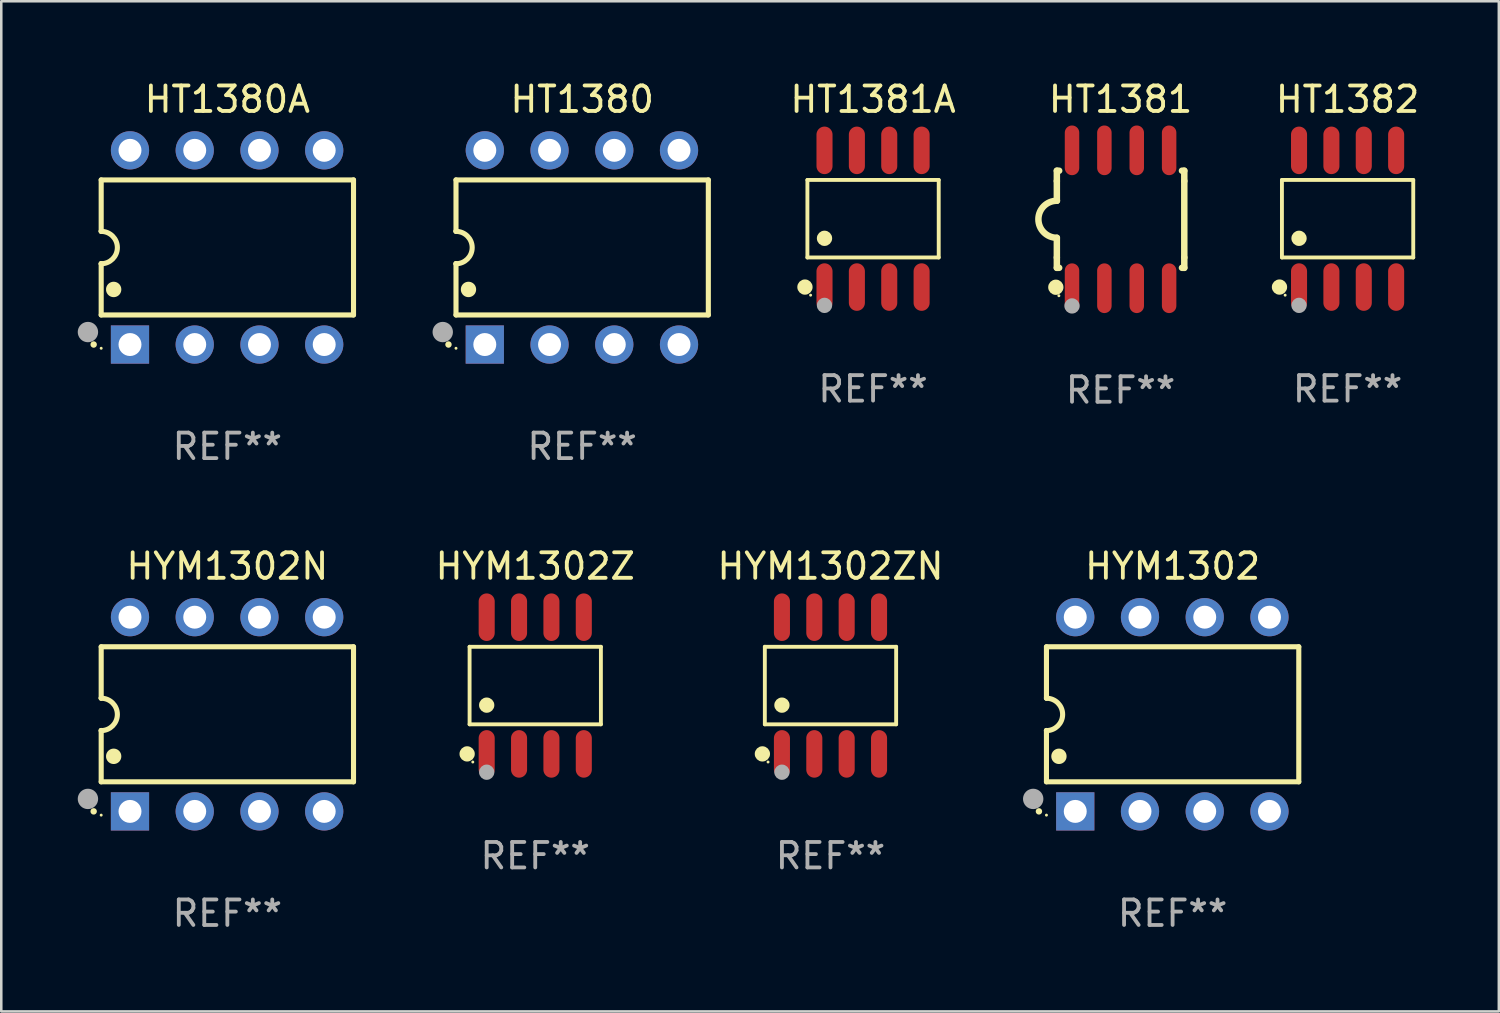
<source format=kicad_pcb>
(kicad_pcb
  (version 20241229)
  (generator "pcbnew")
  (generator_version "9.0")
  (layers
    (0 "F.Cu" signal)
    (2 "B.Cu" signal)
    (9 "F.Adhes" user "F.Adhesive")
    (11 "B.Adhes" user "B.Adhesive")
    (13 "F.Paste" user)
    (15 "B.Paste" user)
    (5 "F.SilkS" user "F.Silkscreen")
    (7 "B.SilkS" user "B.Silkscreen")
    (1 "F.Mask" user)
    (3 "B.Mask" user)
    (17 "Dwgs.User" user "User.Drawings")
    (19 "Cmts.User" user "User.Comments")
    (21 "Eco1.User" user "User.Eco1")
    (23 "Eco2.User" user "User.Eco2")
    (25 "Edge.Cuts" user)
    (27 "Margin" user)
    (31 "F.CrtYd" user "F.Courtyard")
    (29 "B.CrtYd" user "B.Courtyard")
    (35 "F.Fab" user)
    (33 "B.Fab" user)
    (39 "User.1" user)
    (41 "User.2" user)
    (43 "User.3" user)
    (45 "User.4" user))
  (footprint "HYM1302Z"
    (layer "F.Cu")
    (at 17.95 23.847)
    (property "Reference" "HYM1302Z" (at 0 -4.682 0) (layer "F.SilkS") (effects (font (size 1 1) (thickness 0.15))))
    (attr through_hole)
    (fp_line (start -2.576 -1.521) (end 2.576 -1.521) (stroke (width 0.152) (type solid)) (layer "F.SilkS"))
    (fp_line (start -2.576 1.521) (end -2.576 -1.521) (stroke (width 0.152) (type solid)) (layer "F.SilkS"))
    (fp_line (start 2.576 -1.521) (end 2.576 1.521) (stroke (width 0.152) (type solid)) (layer "F.SilkS"))
    (fp_line (start 2.576 1.521) (end -2.576 1.521) (stroke (width 0.152) (type solid)) (layer "F.SilkS"))
    (fp_circle (center -2.672 2.682) (end -2.522 2.682) (stroke (width 0.3) (type solid)) (fill no) (layer "F.SilkS"))
    (fp_circle (center -2.45 3) (end -2.42 3) (stroke (width 0.06) (type solid)) (fill no) (layer "F.SilkS"))
    (fp_circle (center -1.905 0.769) (end -1.755 0.769) (stroke (width 0.3) (type solid)) (fill no) (layer "F.SilkS"))
    (fp_circle (center -1.905 3.4) (end -1.755 3.4) (stroke (width 0.3) (type solid)) (fill no) (layer "F.Fab"))
    (fp_text user "REF**" (at 0 6.682 0) (layer "F.Fab") (effects (font (size 1 1) (thickness 0.15))))
    (pad "1" smd oval (at -1.905 2.682) (size 0.63 1.865) (layers "F.Cu" "F.Mask" "F.Paste"))
    (pad "2" smd oval (at -0.635 2.682) (size 0.63 1.865) (layers "F.Cu" "F.Mask" "F.Paste"))
    (pad "3" smd oval (at 0.635 2.682) (size 0.63 1.865) (layers "F.Cu" "F.Mask" "F.Paste"))
    (pad "4" smd oval (at 1.905 2.682) (size 0.63 1.865) (layers "F.Cu" "F.Mask" "F.Paste"))
    (pad "5" smd oval (at 1.905 -2.682) (size 0.63 1.865) (layers "F.Cu" "F.Mask" "F.Paste"))
    (pad "6" smd oval (at 0.635 -2.682) (size 0.63 1.865) (layers "F.Cu" "F.Mask" "F.Paste"))
    (pad "7" smd oval (at -0.635 -2.682) (size 0.63 1.865) (layers "F.Cu" "F.Mask" "F.Paste"))
    (pad "8" smd oval (at -1.905 -2.682) (size 0.63 1.865) (layers "F.Cu" "F.Mask" "F.Paste")))
  (footprint "HT1381"
    (layer "F.Cu")
    (at 40.915 5.553)
    (property "Reference" "HT1381" (at 0 -4.705 0) (layer "F.SilkS") (effects (font (size 1 1) (thickness 0.15))))
    (attr through_hole)
    (fp_line (start -2.5 -1.905) (end -2.409 -1.905) (stroke (width 0.254) (type solid)) (layer "F.SilkS"))
    (fp_line (start -2.5 -1.5) (end -2.5 -1.905) (stroke (width 0.254) (type solid)) (layer "F.SilkS"))
    (fp_line (start -2.5 -1.5) (end -2.5 -0.726) (stroke (width 0.254) (type solid)) (layer "F.SilkS"))
    (fp_line (start -2.5 1.5) (end -2.5 0.727) (stroke (width 0.254) (type solid)) (layer "F.SilkS"))
    (fp_line (start -2.5 1.5) (end -2.5 1.905) (stroke (width 0.254) (type solid)) (layer "F.SilkS"))
    (fp_line (start -2.5 1.905) (end -2.409 1.905) (stroke (width 0.254) (type solid)) (layer "F.SilkS"))
    (fp_line (start 2.5 -1.905) (end 2.409 -1.905) (stroke (width 0.254) (type solid)) (layer "F.SilkS"))
    (fp_line (start 2.5 -1.5) (end 2.5 -1.905) (stroke (width 0.254) (type solid)) (layer "F.SilkS"))
    (fp_line (start 2.5 -1.5) (end 2.5 1.5) (stroke (width 0.254) (type solid)) (layer "F.SilkS"))
    (fp_line (start 2.5 1.5) (end 2.5 1.905) (stroke (width 0.254) (type solid)) (layer "F.SilkS"))
    (fp_line (start 2.5 1.905) (end 2.409 1.905) (stroke (width 0.254) (type solid)) (layer "F.SilkS"))
    (fp_arc (start -2.5 0.726568) (mid -3.220316 -0.0023) (end -2.495097 -0.726289) (stroke (width 0.254001) (type solid)) (layer "F.SilkS"))
    (fp_circle (center -2.54 2.667) (end -2.39 2.667) (stroke (width 0.3) (type solid)) (fill no) (layer "F.SilkS"))
    (fp_circle (center -2.42 3) (end -2.39 3) (stroke (width 0.06) (type solid)) (fill no) (layer "F.SilkS"))
    (fp_circle (center -1.905 3.4) (end -1.755 3.4) (stroke (width 0.3) (type solid)) (fill no) (layer "F.Fab"))
    (fp_text user "REF**" (at 0 6.705 0) (layer "F.Fab") (effects (font (size 1 1) (thickness 0.15))))
    (pad "1" smd oval (at -1.905 2.705) (size 0.568 1.95) (layers "F.Cu" "F.Mask" "F.Paste"))
    (pad "2" smd oval (at -0.635 2.705) (size 0.568 1.95) (layers "F.Cu" "F.Mask" "F.Paste"))
    (pad "3" smd oval (at 0.635 2.705) (size 0.568 1.95) (layers "F.Cu" "F.Mask" "F.Paste"))
    (pad "4" smd oval (at 1.905 2.705) (size 0.568 1.95) (layers "F.Cu" "F.Mask" "F.Paste"))
    (pad "5" smd oval (at 1.905 -2.705) (size 0.568 1.95) (layers "F.Cu" "F.Mask" "F.Paste"))
    (pad "6" smd oval (at 0.635 -2.705) (size 0.568 1.95) (layers "F.Cu" "F.Mask" "F.Paste"))
    (pad "7" smd oval (at -0.635 -2.705) (size 0.568 1.95) (layers "F.Cu" "F.Mask" "F.Paste"))
    (pad "8" smd oval (at -1.905 -2.705) (size 0.568 1.95) (layers "F.Cu" "F.Mask" "F.Paste")))
  (footprint "HYM1302ZN"
    (layer "F.Cu")
    (at 29.534 23.847)
    (property "Reference" "HYM1302ZN" (at 0 -4.682 0) (layer "F.SilkS") (effects (font (size 1 1) (thickness 0.15))))
    (attr through_hole)
    (fp_line (start -2.576 -1.521) (end 2.576 -1.521) (stroke (width 0.152) (type solid)) (layer "F.SilkS"))
    (fp_line (start -2.576 1.521) (end -2.576 -1.521) (stroke (width 0.152) (type solid)) (layer "F.SilkS"))
    (fp_line (start 2.576 -1.521) (end 2.576 1.521) (stroke (width 0.152) (type solid)) (layer "F.SilkS"))
    (fp_line (start 2.576 1.521) (end -2.576 1.521) (stroke (width 0.152) (type solid)) (layer "F.SilkS"))
    (fp_circle (center -2.672 2.682) (end -2.522 2.682) (stroke (width 0.3) (type solid)) (fill no) (layer "F.SilkS"))
    (fp_circle (center -2.45 3) (end -2.42 3) (stroke (width 0.06) (type solid)) (fill no) (layer "F.SilkS"))
    (fp_circle (center -1.905 0.769) (end -1.755 0.769) (stroke (width 0.3) (type solid)) (fill no) (layer "F.SilkS"))
    (fp_circle (center -1.905 3.4) (end -1.755 3.4) (stroke (width 0.3) (type solid)) (fill no) (layer "F.Fab"))
    (fp_text user "REF**" (at 0 6.682 0) (layer "F.Fab") (effects (font (size 1 1) (thickness 0.15))))
    (pad "1" smd oval (at -1.905 2.682) (size 0.63 1.865) (layers "F.Cu" "F.Mask" "F.Paste"))
    (pad "2" smd oval (at -0.635 2.682) (size 0.63 1.865) (layers "F.Cu" "F.Mask" "F.Paste"))
    (pad "3" smd oval (at 0.635 2.682) (size 0.63 1.865) (layers "F.Cu" "F.Mask" "F.Paste"))
    (pad "4" smd oval (at 1.905 2.682) (size 0.63 1.865) (layers "F.Cu" "F.Mask" "F.Paste"))
    (pad "5" smd oval (at 1.905 -2.682) (size 0.63 1.865) (layers "F.Cu" "F.Mask" "F.Paste"))
    (pad "6" smd oval (at 0.635 -2.682) (size 0.63 1.865) (layers "F.Cu" "F.Mask" "F.Paste"))
    (pad "7" smd oval (at -0.635 -2.682) (size 0.63 1.865) (layers "F.Cu" "F.Mask" "F.Paste"))
    (pad "8" smd oval (at -1.905 -2.682) (size 0.63 1.865) (layers "F.Cu" "F.Mask" "F.Paste")))
  (footprint "HYM1302"
    (layer "F.Cu")
    (at 42.957 24.975)
    (property "Reference" "HYM1302" (at 0 -5.81 0) (layer "F.SilkS") (effects (font (size 1 1) (thickness 0.15))))
    (attr through_hole)
    (fp_line (start -4.95 -2.649) (end 4.95 -2.649) (stroke (width 0.2) (type solid)) (layer "F.SilkS"))
    (fp_line (start -4.95 -0.635) (end -4.95 -2.649) (stroke (width 0.2) (type solid)) (layer "F.SilkS"))
    (fp_line (start -4.95 0.635) (end -4.95 0.64) (stroke (width 0.2) (type solid)) (layer "F.SilkS"))
    (fp_line (start -4.95 2.649) (end -4.95 0.635) (stroke (width 0.2) (type solid)) (layer "F.SilkS"))
    (fp_line (start -4.95 -0.64) (end -4.95 -0.635) (stroke (width 0.2) (type solid)) (layer "F.SilkS"))
    (fp_line (start 4.95 -2.649) (end 4.95 2.649) (stroke (width 0.2) (type solid)) (layer "F.SilkS"))
    (fp_line (start 4.95 2.649) (end -4.95 2.649) (stroke (width 0.2) (type solid)) (layer "F.SilkS"))
    (fp_arc (start -5.24511 3.810008) (mid -5.245117 3.808738) (end -5.24511 3.807468) (stroke (width 0.25) (type solid)) (layer "F.SilkS"))
    (fp_arc (start -4.950165 -0.629997) (mid -4.315164 0.005004) (end -4.950165 0.640005) (stroke (width 0.2) (type solid)) (layer "F.SilkS"))
    (fp_arc (start -4.460249 1.651003) (mid -4.46026 1.648463) (end -4.460249 1.645923) (stroke (width 0.6) (type solid)) (layer "F.SilkS"))
    (fp_circle (center -4.95 3.956) (end -4.92 3.956) (stroke (width 0.06) (type solid)) (fill no) (layer "F.SilkS"))
    (fp_circle (center -5.47 3.32) (end -5.27 3.32) (stroke (width 0.4) (type solid)) (fill no) (layer "F.Fab"))
    (fp_text user "REF**" (at 0 7.81 0) (layer "F.Fab") (effects (font (size 1 1) (thickness 0.15))))
    (pad "1" thru_hole rect (at -3.82 3.81) (size 1.5 1.5) (drill 0.9) (layers "*.Cu" "*.Mask"))
    (pad "2" thru_hole circle (at -1.28 3.81) (size 1.5 1.5) (drill 0.9) (layers "*.Cu" "*.Mask"))
    (pad "3" thru_hole circle (at 1.26 3.81) (size 1.5 1.5) (drill 0.9) (layers "*.Cu" "*.Mask"))
    (pad "4" thru_hole circle (at 3.8 3.81) (size 1.5 1.5) (drill 0.9) (layers "*.Cu" "*.Mask"))
    (pad "5" thru_hole circle (at 3.8 -3.81) (size 1.5 1.5) (drill 0.9) (layers "*.Cu" "*.Mask"))
    (pad "6" thru_hole circle (at 1.26 -3.81) (size 1.5 1.5) (drill 0.9) (layers "*.Cu" "*.Mask"))
    (pad "7" thru_hole circle (at -1.28 -3.81) (size 1.5 1.5) (drill 0.9) (layers "*.Cu" "*.Mask"))
    (pad "8" thru_hole circle (at -3.82 -3.81) (size 1.5 1.5) (drill 0.9) (layers "*.Cu" "*.Mask")))
  (footprint "HYM1302N"
    (layer "F.Cu")
    (at 5.87 24.975)
    (property "Reference" "HYM1302N" (at 0 -5.81 0) (layer "F.SilkS") (effects (font (size 1 1) (thickness 0.15))))
    (attr through_hole)
    (fp_line (start -4.95 -2.649) (end 4.95 -2.649) (stroke (width 0.2) (type solid)) (layer "F.SilkS"))
    (fp_line (start -4.95 -0.635) (end -4.95 -2.649) (stroke (width 0.2) (type solid)) (layer "F.SilkS"))
    (fp_line (start -4.95 0.635) (end -4.95 0.64) (stroke (width 0.2) (type solid)) (layer "F.SilkS"))
    (fp_line (start -4.95 2.649) (end -4.95 0.635) (stroke (width 0.2) (type solid)) (layer "F.SilkS"))
    (fp_line (start -4.95 -0.64) (end -4.95 -0.635) (stroke (width 0.2) (type solid)) (layer "F.SilkS"))
    (fp_line (start 4.95 -2.649) (end 4.95 2.649) (stroke (width 0.2) (type solid)) (layer "F.SilkS"))
    (fp_line (start 4.95 2.649) (end -4.95 2.649) (stroke (width 0.2) (type solid)) (layer "F.SilkS"))
    (fp_arc (start -5.24511 3.810008) (mid -5.245117 3.808738) (end -5.24511 3.807468) (stroke (width 0.25) (type solid)) (layer "F.SilkS"))
    (fp_arc (start -4.950165 -0.629997) (mid -4.315164 0.005004) (end -4.950165 0.640005) (stroke (width 0.2) (type solid)) (layer "F.SilkS"))
    (fp_arc (start -4.460249 1.651003) (mid -4.46026 1.648463) (end -4.460249 1.645923) (stroke (width 0.6) (type solid)) (layer "F.SilkS"))
    (fp_circle (center -4.95 3.956) (end -4.92 3.956) (stroke (width 0.06) (type solid)) (fill no) (layer "F.SilkS"))
    (fp_circle (center -5.47 3.32) (end -5.27 3.32) (stroke (width 0.4) (type solid)) (fill no) (layer "F.Fab"))
    (fp_text user "REF**" (at 0 7.81 0) (layer "F.Fab") (effects (font (size 1 1) (thickness 0.15))))
    (pad "1" thru_hole rect (at -3.82 3.81) (size 1.5 1.5) (drill 0.9) (layers "*.Cu" "*.Mask"))
    (pad "2" thru_hole circle (at -1.28 3.81) (size 1.5 1.5) (drill 0.9) (layers "*.Cu" "*.Mask"))
    (pad "3" thru_hole circle (at 1.26 3.81) (size 1.5 1.5) (drill 0.9) (layers "*.Cu" "*.Mask"))
    (pad "4" thru_hole circle (at 3.8 3.81) (size 1.5 1.5) (drill 0.9) (layers "*.Cu" "*.Mask"))
    (pad "5" thru_hole circle (at 3.8 -3.81) (size 1.5 1.5) (drill 0.9) (layers "*.Cu" "*.Mask"))
    (pad "6" thru_hole circle (at 1.26 -3.81) (size 1.5 1.5) (drill 0.9) (layers "*.Cu" "*.Mask"))
    (pad "7" thru_hole circle (at -1.28 -3.81) (size 1.5 1.5) (drill 0.9) (layers "*.Cu" "*.Mask"))
    (pad "8" thru_hole circle (at -3.82 -3.81) (size 1.5 1.5) (drill 0.9) (layers "*.Cu" "*.Mask")))
  (footprint "HT1382"
    (layer "F.Cu")
    (at 49.822 5.531)
    (property "Reference" "HT1382" (at 0 -4.682 0) (layer "F.SilkS") (effects (font (size 1 1) (thickness 0.15))))
    (attr through_hole)
    (fp_line (start -2.576 -1.521) (end 2.576 -1.521) (stroke (width 0.152) (type solid)) (layer "F.SilkS"))
    (fp_line (start -2.576 1.521) (end -2.576 -1.521) (stroke (width 0.152) (type solid)) (layer "F.SilkS"))
    (fp_line (start 2.576 -1.521) (end 2.576 1.521) (stroke (width 0.152) (type solid)) (layer "F.SilkS"))
    (fp_line (start 2.576 1.521) (end -2.576 1.521) (stroke (width 0.152) (type solid)) (layer "F.SilkS"))
    (fp_circle (center -2.672 2.682) (end -2.522 2.682) (stroke (width 0.3) (type solid)) (fill no) (layer "F.SilkS"))
    (fp_circle (center -2.45 3) (end -2.42 3) (stroke (width 0.06) (type solid)) (fill no) (layer "F.SilkS"))
    (fp_circle (center -1.905 0.769) (end -1.755 0.769) (stroke (width 0.3) (type solid)) (fill no) (layer "F.SilkS"))
    (fp_circle (center -1.905 3.4) (end -1.755 3.4) (stroke (width 0.3) (type solid)) (fill no) (layer "F.Fab"))
    (fp_text user "REF**" (at 0 6.682 0) (layer "F.Fab") (effects (font (size 1 1) (thickness 0.15))))
    (pad "1" smd oval (at -1.905 2.682) (size 0.63 1.865) (layers "F.Cu" "F.Mask" "F.Paste"))
    (pad "2" smd oval (at -0.635 2.682) (size 0.63 1.865) (layers "F.Cu" "F.Mask" "F.Paste"))
    (pad "3" smd oval (at 0.635 2.682) (size 0.63 1.865) (layers "F.Cu" "F.Mask" "F.Paste"))
    (pad "4" smd oval (at 1.905 2.682) (size 0.63 1.865) (layers "F.Cu" "F.Mask" "F.Paste"))
    (pad "5" smd oval (at 1.905 -2.682) (size 0.63 1.865) (layers "F.Cu" "F.Mask" "F.Paste"))
    (pad "6" smd oval (at 0.635 -2.682) (size 0.63 1.865) (layers "F.Cu" "F.Mask" "F.Paste"))
    (pad "7" smd oval (at -0.635 -2.682) (size 0.63 1.865) (layers "F.Cu" "F.Mask" "F.Paste"))
    (pad "8" smd oval (at -1.905 -2.682) (size 0.63 1.865) (layers "F.Cu" "F.Mask" "F.Paste")))
  (footprint "HT1381A"
    (layer "F.Cu")
    (at 31.204 5.531)
    (property "Reference" "HT1381A" (at 0 -4.682 0) (layer "F.SilkS") (effects (font (size 1 1) (thickness 0.15))))
    (attr through_hole)
    (fp_line (start -2.576 -1.521) (end 2.576 -1.521) (stroke (width 0.152) (type solid)) (layer "F.SilkS"))
    (fp_line (start -2.576 1.521) (end -2.576 -1.521) (stroke (width 0.152) (type solid)) (layer "F.SilkS"))
    (fp_line (start 2.576 -1.521) (end 2.576 1.521) (stroke (width 0.152) (type solid)) (layer "F.SilkS"))
    (fp_line (start 2.576 1.521) (end -2.576 1.521) (stroke (width 0.152) (type solid)) (layer "F.SilkS"))
    (fp_circle (center -2.672 2.682) (end -2.522 2.682) (stroke (width 0.3) (type solid)) (fill no) (layer "F.SilkS"))
    (fp_circle (center -2.45 3) (end -2.42 3) (stroke (width 0.06) (type solid)) (fill no) (layer "F.SilkS"))
    (fp_circle (center -1.905 0.769) (end -1.755 0.769) (stroke (width 0.3) (type solid)) (fill no) (layer "F.SilkS"))
    (fp_circle (center -1.905 3.4) (end -1.755 3.4) (stroke (width 0.3) (type solid)) (fill no) (layer "F.Fab"))
    (fp_text user "REF**" (at 0 6.682 0) (layer "F.Fab") (effects (font (size 1 1) (thickness 0.15))))
    (pad "1" smd oval (at -1.905 2.682) (size 0.63 1.865) (layers "F.Cu" "F.Mask" "F.Paste"))
    (pad "2" smd oval (at -0.635 2.682) (size 0.63 1.865) (layers "F.Cu" "F.Mask" "F.Paste"))
    (pad "3" smd oval (at 0.635 2.682) (size 0.63 1.865) (layers "F.Cu" "F.Mask" "F.Paste"))
    (pad "4" smd oval (at 1.905 2.682) (size 0.63 1.865) (layers "F.Cu" "F.Mask" "F.Paste"))
    (pad "5" smd oval (at 1.905 -2.682) (size 0.63 1.865) (layers "F.Cu" "F.Mask" "F.Paste"))
    (pad "6" smd oval (at 0.635 -2.682) (size 0.63 1.865) (layers "F.Cu" "F.Mask" "F.Paste"))
    (pad "7" smd oval (at -0.635 -2.682) (size 0.63 1.865) (layers "F.Cu" "F.Mask" "F.Paste"))
    (pad "8" smd oval (at -1.905 -2.682) (size 0.63 1.865) (layers "F.Cu" "F.Mask" "F.Paste")))
  (footprint "HT1380A"
    (layer "F.Cu")
    (at 5.87 6.658)
    (property "Reference" "HT1380A" (at 0 -5.81 0) (layer "F.SilkS") (effects (font (size 1 1) (thickness 0.15))))
    (attr through_hole)
    (fp_line (start -4.95 -2.649) (end 4.95 -2.649) (stroke (width 0.2) (type solid)) (layer "F.SilkS"))
    (fp_line (start -4.95 -0.635) (end -4.95 -2.649) (stroke (width 0.2) (type solid)) (layer "F.SilkS"))
    (fp_line (start -4.95 0.635) (end -4.95 0.64) (stroke (width 0.2) (type solid)) (layer "F.SilkS"))
    (fp_line (start -4.95 2.649) (end -4.95 0.635) (stroke (width 0.2) (type solid)) (layer "F.SilkS"))
    (fp_line (start -4.95 -0.64) (end -4.95 -0.635) (stroke (width 0.2) (type solid)) (layer "F.SilkS"))
    (fp_line (start 4.95 -2.649) (end 4.95 2.649) (stroke (width 0.2) (type solid)) (layer "F.SilkS"))
    (fp_line (start 4.95 2.649) (end -4.95 2.649) (stroke (width 0.2) (type solid)) (layer "F.SilkS"))
    (fp_arc (start -5.24511 3.810008) (mid -5.245117 3.808738) (end -5.24511 3.807468) (stroke (width 0.25) (type solid)) (layer "F.SilkS"))
    (fp_arc (start -4.950165 -0.629997) (mid -4.315164 0.005004) (end -4.950165 0.640005) (stroke (width 0.2) (type solid)) (layer "F.SilkS"))
    (fp_arc (start -4.460249 1.651003) (mid -4.46026 1.648463) (end -4.460249 1.645923) (stroke (width 0.6) (type solid)) (layer "F.SilkS"))
    (fp_circle (center -4.95 3.956) (end -4.92 3.956) (stroke (width 0.06) (type solid)) (fill no) (layer "F.SilkS"))
    (fp_circle (center -5.47 3.32) (end -5.27 3.32) (stroke (width 0.4) (type solid)) (fill no) (layer "F.Fab"))
    (fp_text user "REF**" (at 0 7.81 0) (layer "F.Fab") (effects (font (size 1 1) (thickness 0.15))))
    (pad "1" thru_hole rect (at -3.82 3.81) (size 1.5 1.5) (drill 0.9) (layers "*.Cu" "*.Mask"))
    (pad "2" thru_hole circle (at -1.28 3.81) (size 1.5 1.5) (drill 0.9) (layers "*.Cu" "*.Mask"))
    (pad "3" thru_hole circle (at 1.26 3.81) (size 1.5 1.5) (drill 0.9) (layers "*.Cu" "*.Mask"))
    (pad "4" thru_hole circle (at 3.8 3.81) (size 1.5 1.5) (drill 0.9) (layers "*.Cu" "*.Mask"))
    (pad "5" thru_hole circle (at 3.8 -3.81) (size 1.5 1.5) (drill 0.9) (layers "*.Cu" "*.Mask"))
    (pad "6" thru_hole circle (at 1.26 -3.81) (size 1.5 1.5) (drill 0.9) (layers "*.Cu" "*.Mask"))
    (pad "7" thru_hole circle (at -1.28 -3.81) (size 1.5 1.5) (drill 0.9) (layers "*.Cu" "*.Mask"))
    (pad "8" thru_hole circle (at -3.82 -3.81) (size 1.5 1.5) (drill 0.9) (layers "*.Cu" "*.Mask")))
  (footprint "HT1380"
    (layer "F.Cu")
    (at 19.791 6.658)
    (property "Reference" "HT1380" (at 0 -5.81 0) (layer "F.SilkS") (effects (font (size 1 1) (thickness 0.15))))
    (attr through_hole)
    (fp_line (start -4.95 -2.649) (end 4.95 -2.649) (stroke (width 0.2) (type solid)) (layer "F.SilkS"))
    (fp_line (start -4.95 -0.635) (end -4.95 -2.649) (stroke (width 0.2) (type solid)) (layer "F.SilkS"))
    (fp_line (start -4.95 0.635) (end -4.95 0.64) (stroke (width 0.2) (type solid)) (layer "F.SilkS"))
    (fp_line (start -4.95 2.649) (end -4.95 0.635) (stroke (width 0.2) (type solid)) (layer "F.SilkS"))
    (fp_line (start -4.95 -0.64) (end -4.95 -0.635) (stroke (width 0.2) (type solid)) (layer "F.SilkS"))
    (fp_line (start 4.95 -2.649) (end 4.95 2.649) (stroke (width 0.2) (type solid)) (layer "F.SilkS"))
    (fp_line (start 4.95 2.649) (end -4.95 2.649) (stroke (width 0.2) (type solid)) (layer "F.SilkS"))
    (fp_arc (start -5.24511 3.810008) (mid -5.245117 3.808738) (end -5.24511 3.807468) (stroke (width 0.25) (type solid)) (layer "F.SilkS"))
    (fp_arc (start -4.950165 -0.629997) (mid -4.315164 0.005004) (end -4.950165 0.640005) (stroke (width 0.2) (type solid)) (layer "F.SilkS"))
    (fp_arc (start -4.460249 1.651003) (mid -4.46026 1.648463) (end -4.460249 1.645923) (stroke (width 0.6) (type solid)) (layer "F.SilkS"))
    (fp_circle (center -4.95 3.956) (end -4.92 3.956) (stroke (width 0.06) (type solid)) (fill no) (layer "F.SilkS"))
    (fp_circle (center -5.47 3.32) (end -5.27 3.32) (stroke (width 0.4) (type solid)) (fill no) (layer "F.Fab"))
    (fp_text user "REF**" (at 0 7.81 0) (layer "F.Fab") (effects (font (size 1 1) (thickness 0.15))))
    (pad "1" thru_hole rect (at -3.82 3.81) (size 1.5 1.5) (drill 0.9) (layers "*.Cu" "*.Mask"))
    (pad "2" thru_hole circle (at -1.28 3.81) (size 1.5 1.5) (drill 0.9) (layers "*.Cu" "*.Mask"))
    (pad "3" thru_hole circle (at 1.26 3.81) (size 1.5 1.5) (drill 0.9) (layers "*.Cu" "*.Mask"))
    (pad "4" thru_hole circle (at 3.8 3.81) (size 1.5 1.5) (drill 0.9) (layers "*.Cu" "*.Mask"))
    (pad "5" thru_hole circle (at 3.8 -3.81) (size 1.5 1.5) (drill 0.9) (layers "*.Cu" "*.Mask"))
    (pad "6" thru_hole circle (at 1.26 -3.81) (size 1.5 1.5) (drill 0.9) (layers "*.Cu" "*.Mask"))
    (pad "7" thru_hole circle (at -1.28 -3.81) (size 1.5 1.5) (drill 0.9) (layers "*.Cu" "*.Mask"))
    (pad "8" thru_hole circle (at -3.82 -3.81) (size 1.5 1.5) (drill 0.9) (layers "*.Cu" "*.Mask")))
  (gr_rect
    (start -3 -3)
    (end 55.756 36.633)
    (stroke (width 0.1) (type default))
    (fill no)
    (layer "Edge.Cuts")))
</source>
